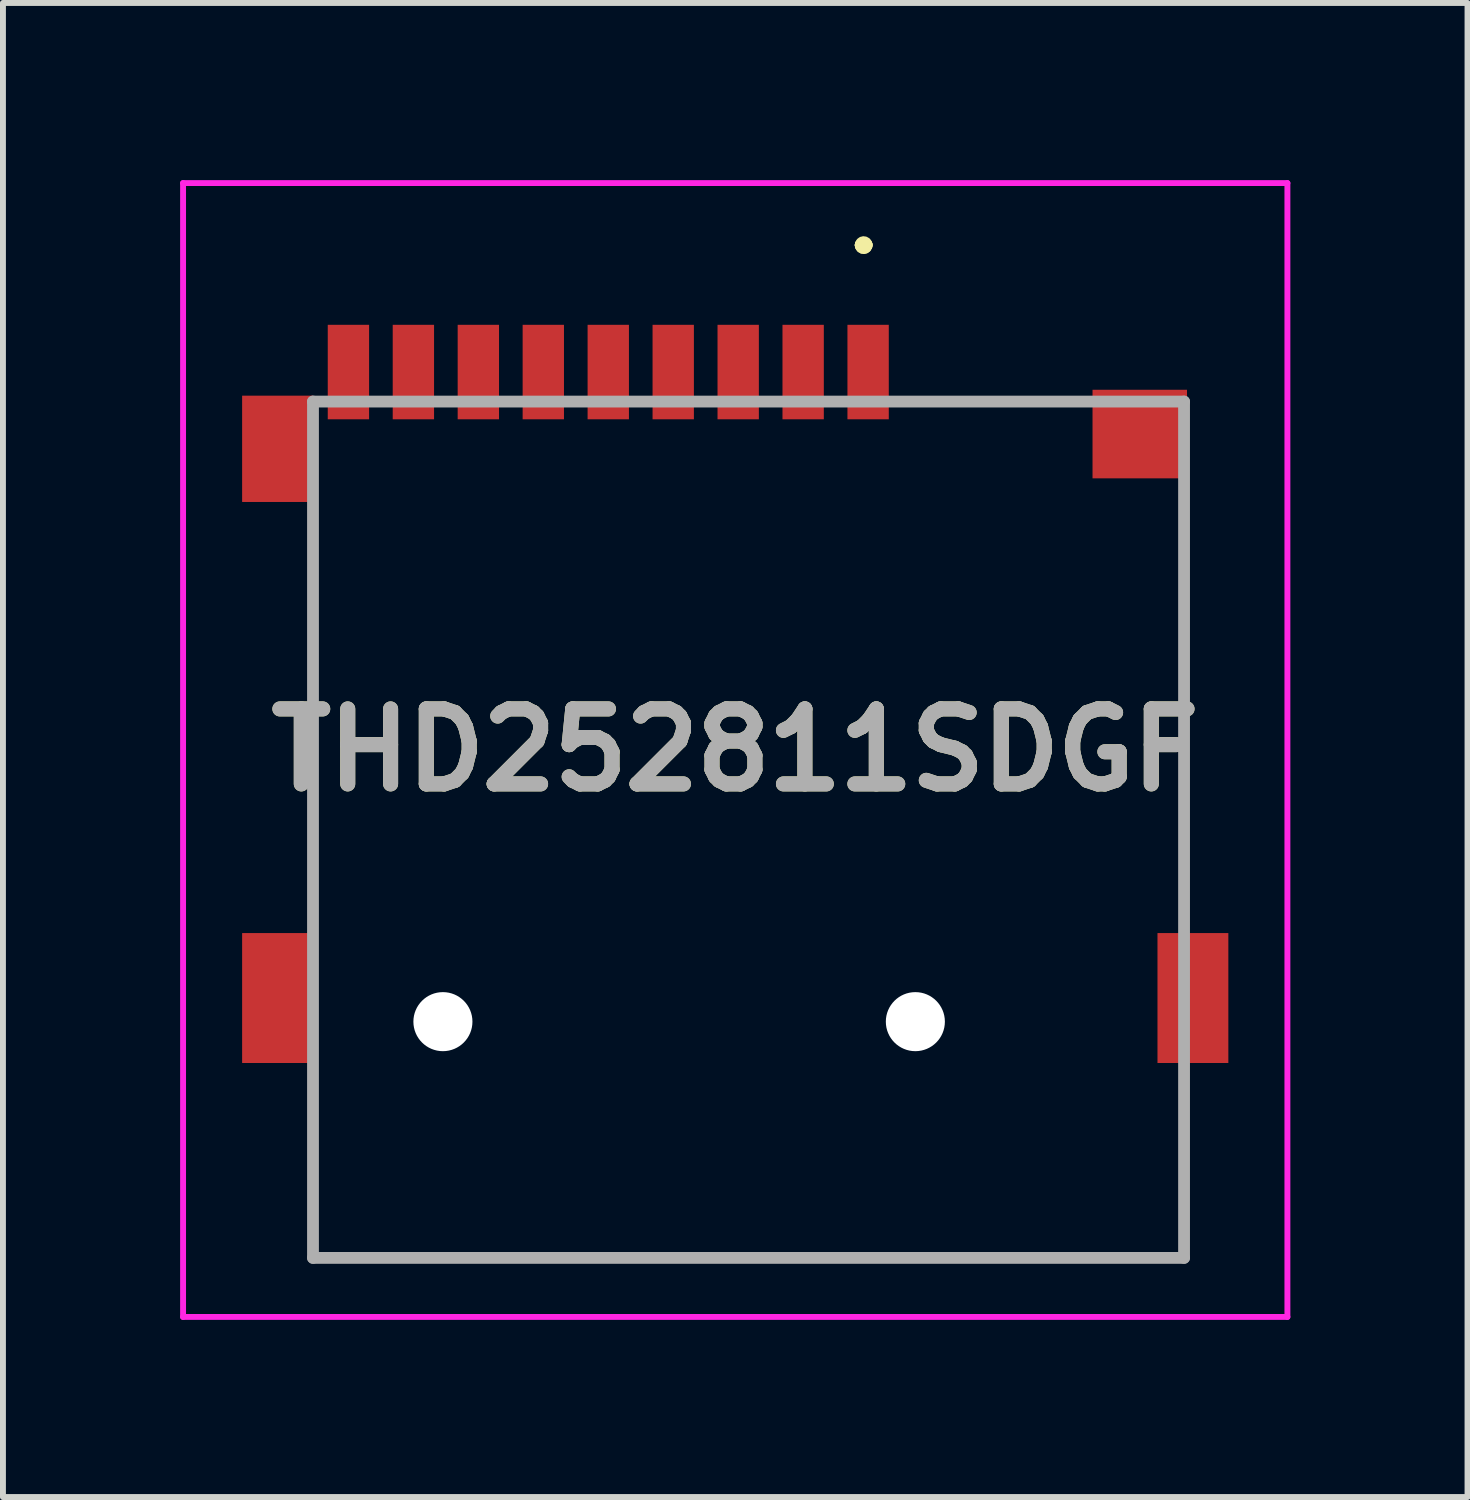
<source format=kicad_pcb>
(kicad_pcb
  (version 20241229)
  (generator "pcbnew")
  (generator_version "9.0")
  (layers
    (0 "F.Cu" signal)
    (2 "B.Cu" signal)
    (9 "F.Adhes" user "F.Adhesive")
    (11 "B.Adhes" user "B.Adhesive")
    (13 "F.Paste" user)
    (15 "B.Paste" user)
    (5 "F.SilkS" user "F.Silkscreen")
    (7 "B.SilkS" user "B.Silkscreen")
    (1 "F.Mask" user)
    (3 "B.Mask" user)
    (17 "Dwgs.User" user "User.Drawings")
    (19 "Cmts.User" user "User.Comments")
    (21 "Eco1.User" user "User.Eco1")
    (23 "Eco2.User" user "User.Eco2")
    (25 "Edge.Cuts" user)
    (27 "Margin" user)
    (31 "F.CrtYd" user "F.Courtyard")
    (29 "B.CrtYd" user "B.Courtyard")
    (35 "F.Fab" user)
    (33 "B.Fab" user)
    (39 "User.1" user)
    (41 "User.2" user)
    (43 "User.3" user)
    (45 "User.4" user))
  (footprint "THD252811SDGF"
    (layer "F.Cu")
    (at 9.625 11)
    (property "Reference" "THD252811SDGF" (at -0.225 -1.35 0) (layer "F.SilkS") (effects (font (size 1.27 1.27) (thickness 0.254))))
    (attr smd)
    (fp_line (start -7.375 -4.5) (end -7.375 -4.5) (stroke (width 0.1) (type solid)) (layer "F.SilkS"))
    (fp_line (start -7.375 -4.5) (end -7.375 0.75) (stroke (width 0.1) (type solid)) (layer "F.SilkS"))
    (fp_line (start -7.375 0.75) (end -7.375 -4.5) (stroke (width 0.1) (type solid)) (layer "F.SilkS"))
    (fp_line (start -7.375 0.75) (end -7.375 0.75) (stroke (width 0.1) (type solid)) (layer "F.SilkS"))
    (fp_line (start -7.375 4.75) (end -7.375 4.75) (stroke (width 0.1) (type solid)) (layer "F.SilkS"))
    (fp_line (start -7.375 4.75) (end -7.375 7.25) (stroke (width 0.1) (type solid)) (layer "F.SilkS"))
    (fp_line (start -7.375 7.25) (end -7.375 4.75) (stroke (width 0.1) (type solid)) (layer "F.SilkS"))
    (fp_line (start -7.375 7.25) (end -7.375 7.25) (stroke (width 0.1) (type solid)) (layer "F.SilkS"))
    (fp_line (start -7.375 7.25) (end -7.375 7.25) (stroke (width 0.1) (type solid)) (layer "F.SilkS"))
    (fp_line (start -7.375 7.25) (end 7.375 7.25) (stroke (width 0.1) (type solid)) (layer "F.SilkS"))
    (fp_line (start 1.9 -9.9) (end 1.9 -9.9) (stroke (width 0.2) (type solid)) (layer "F.SilkS"))
    (fp_line (start 1.9 -9.9) (end 1.9 -9.9) (stroke (width 0.2) (type solid)) (layer "F.SilkS"))
    (fp_line (start 2 -9.9) (end 2 -9.9) (stroke (width 0.2) (type solid)) (layer "F.SilkS"))
    (fp_line (start 3.25 -7.25) (end 3.25 -7.25) (stroke (width 0.1) (type solid)) (layer "F.SilkS"))
    (fp_line (start 3.25 -7.25) (end 5 -7.25) (stroke (width 0.1) (type solid)) (layer "F.SilkS"))
    (fp_line (start 5 -7.25) (end 3.25 -7.25) (stroke (width 0.1) (type solid)) (layer "F.SilkS"))
    (fp_line (start 5 -7.25) (end 5 -7.25) (stroke (width 0.1) (type solid)) (layer "F.SilkS"))
    (fp_line (start 7.375 -4.75) (end 7.375 -4.75) (stroke (width 0.1) (type solid)) (layer "F.SilkS"))
    (fp_line (start 7.375 -4.75) (end 7.375 0.75) (stroke (width 0.1) (type solid)) (layer "F.SilkS"))
    (fp_line (start 7.375 0.75) (end 7.375 -4.75) (stroke (width 0.1) (type solid)) (layer "F.SilkS"))
    (fp_line (start 7.375 0.75) (end 7.375 0.75) (stroke (width 0.1) (type solid)) (layer "F.SilkS"))
    (fp_line (start 7.375 5) (end 7.375 5) (stroke (width 0.1) (type solid)) (layer "F.SilkS"))
    (fp_line (start 7.375 5) (end 7.375 7.25) (stroke (width 0.1) (type solid)) (layer "F.SilkS"))
    (fp_line (start 7.375 7.25) (end -7.375 7.25) (stroke (width 0.1) (type solid)) (layer "F.SilkS"))
    (fp_line (start 7.375 7.25) (end 7.375 5) (stroke (width 0.1) (type solid)) (layer "F.SilkS"))
    (fp_line (start 7.375 7.25) (end 7.375 7.25) (stroke (width 0.1) (type solid)) (layer "F.SilkS"))
    (fp_line (start 7.375 7.25) (end 7.375 7.25) (stroke (width 0.1) (type solid)) (layer "F.SilkS"))
    (fp_arc (start 1.9 -9.9) (mid 1.95 -9.95) (end 2 -9.9) (stroke (width 0.2) (type solid)) (layer "F.SilkS"))
    (fp_arc (start 2 -9.9) (mid 1.95 -9.85) (end 1.9 -9.9) (stroke (width 0.2) (type solid)) (layer "F.SilkS"))
    (fp_arc (start 2 -9.9) (mid 1.95 -9.85) (end 1.9 -9.9) (stroke (width 0.2) (type solid)) (layer "F.SilkS"))
    (fp_line (start -9.575 -10.95) (end 9.125 -10.95) (stroke (width 0.1) (type solid)) (layer "F.CrtYd"))
    (fp_line (start -9.575 8.25) (end -9.575 -10.95) (stroke (width 0.1) (type solid)) (layer "F.CrtYd"))
    (fp_line (start 9.125 -10.95) (end 9.125 8.25) (stroke (width 0.1) (type solid)) (layer "F.CrtYd"))
    (fp_line (start 9.125 8.25) (end -9.575 8.25) (stroke (width 0.1) (type solid)) (layer "F.CrtYd"))
    (fp_line (start -7.375 -7.25) (end -7.375 7.25) (stroke (width 0.2) (type solid)) (layer "F.Fab"))
    (fp_line (start -7.375 7.25) (end 7.375 7.25) (stroke (width 0.2) (type solid)) (layer "F.Fab"))
    (fp_line (start 7.375 -7.25) (end -7.375 -7.25) (stroke (width 0.2) (type solid)) (layer "F.Fab"))
    (fp_line (start 7.375 7.25) (end 7.375 -7.25) (stroke (width 0.2) (type solid)) (layer "F.Fab"))
    (fp_text user "${REFERENCE}" (at -0.225 -1.35 0) (layer "F.Fab") (effects (font (size 1.27 1.27) (thickness 0.254))))
    (pad "" np_thru_hole circle (at -5.175 3.25) (size 1 1) (drill 1) (layers "*.Cu" "*.Mask"))
    (pad "" np_thru_hole circle (at 2.825 3.25) (size 1 1) (drill 1) (layers "*.Cu" "*.Mask"))
    (pad "1" smd rect (at 2.025 -7.75) (size 0.7 1.6) (layers "F.Cu" "F.Mask" "F.Paste"))
    (pad "2" smd rect (at 0.925 -7.75) (size 0.7 1.6) (layers "F.Cu" "F.Mask" "F.Paste"))
    (pad "3" smd rect (at -0.175 -7.75) (size 0.7 1.6) (layers "F.Cu" "F.Mask" "F.Paste"))
    (pad "4" smd rect (at -1.275 -7.75) (size 0.7 1.6) (layers "F.Cu" "F.Mask" "F.Paste"))
    (pad "5" smd rect (at -2.375 -7.75) (size 0.7 1.6) (layers "F.Cu" "F.Mask" "F.Paste"))
    (pad "6" smd rect (at -3.475 -7.75) (size 0.7 1.6) (layers "F.Cu" "F.Mask" "F.Paste"))
    (pad "7" smd rect (at -4.575 -7.75) (size 0.7 1.6) (layers "F.Cu" "F.Mask" "F.Paste"))
    (pad "8" smd rect (at -5.675 -7.75) (size 0.7 1.6) (layers "F.Cu" "F.Mask" "F.Paste"))
    (pad "9" smd rect (at -6.775 -7.75) (size 0.7 1.6) (layers "F.Cu" "F.Mask" "F.Paste"))
    (pad "MP1" smd rect (at 6.625 -6.7 90) (size 1.5 1.6) (layers "F.Cu" "F.Mask" "F.Paste"))
    (pad "MP2" smd rect (at 7.525 2.85) (size 1.2 2.2) (layers "F.Cu" "F.Mask" "F.Paste"))
    (pad "MP3" smd rect (at -7.975 2.85) (size 1.2 2.2) (layers "F.Cu" "F.Mask" "F.Paste"))
    (pad "MP4" smd rect (at -7.975 -6.45) (size 1.2 1.8) (layers "F.Cu" "F.Mask" "F.Paste")))
  (gr_rect
    (start -3 -3)
    (end 21.8 22.3)
    (stroke (width 0.1) (type default))
    (fill no)
    (layer "Edge.Cuts")))
</source>
